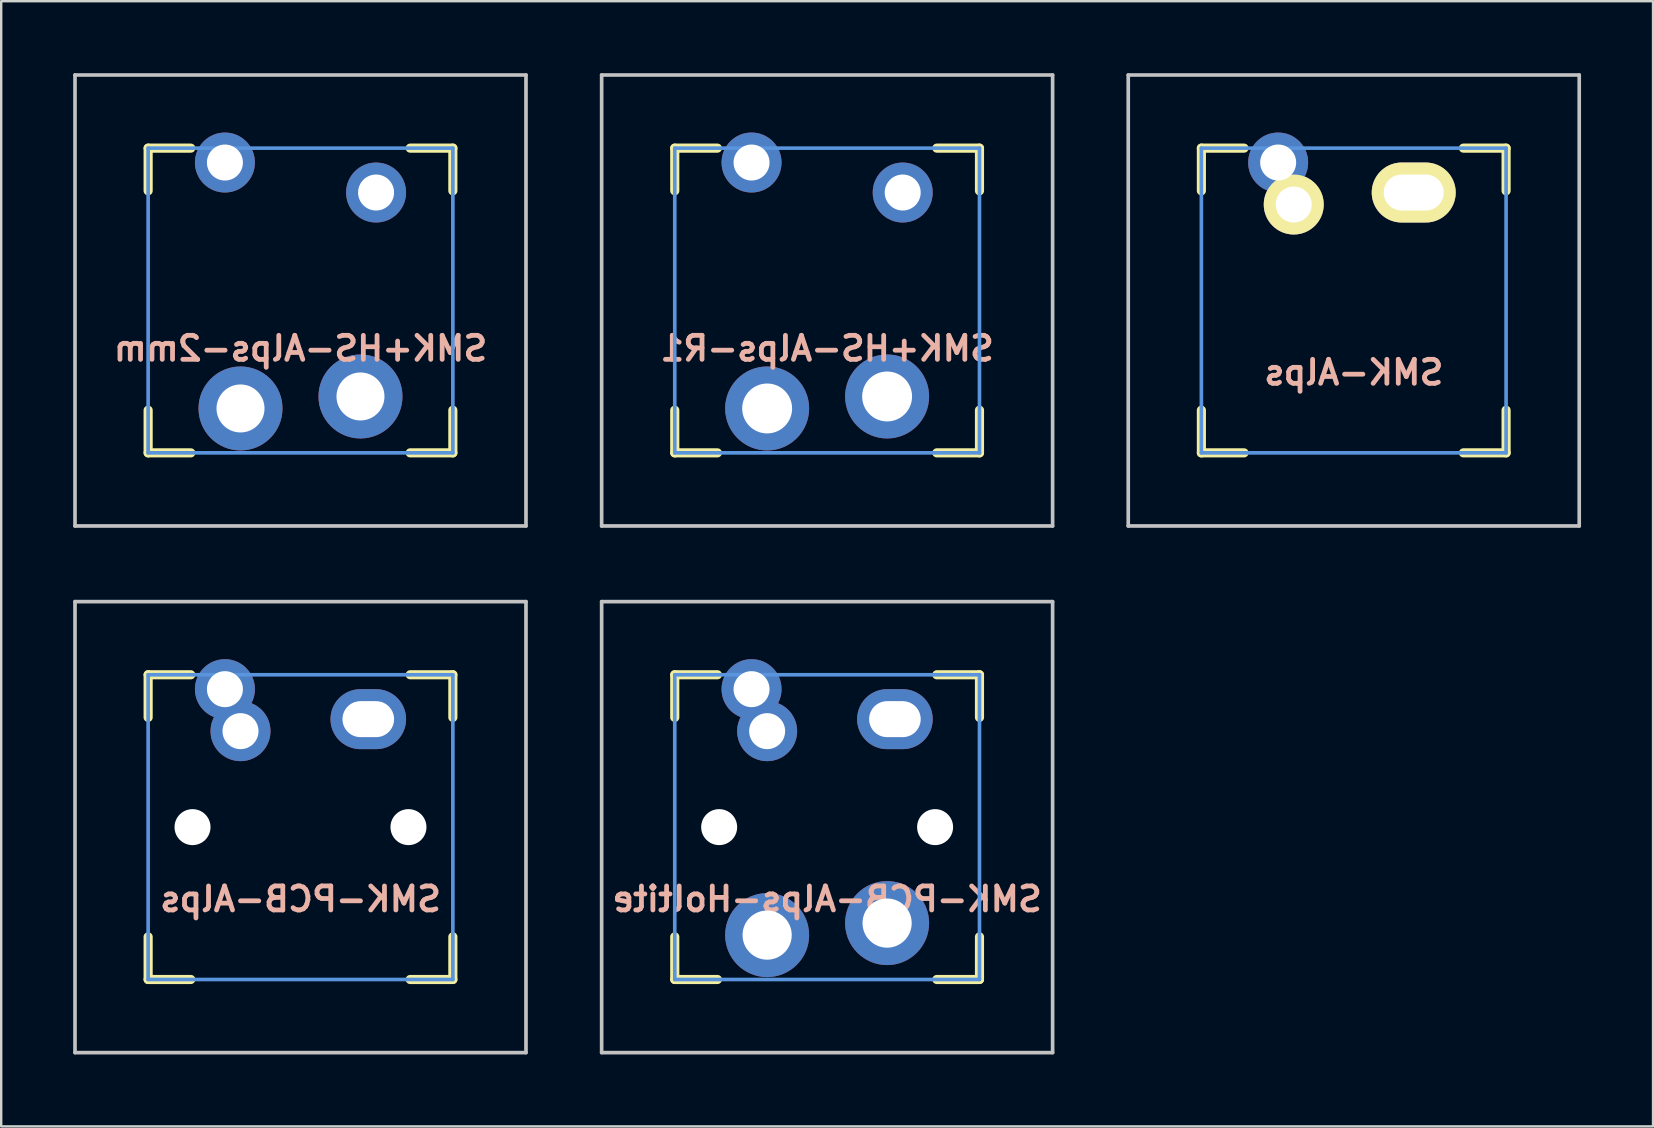
<source format=kicad_pcb>
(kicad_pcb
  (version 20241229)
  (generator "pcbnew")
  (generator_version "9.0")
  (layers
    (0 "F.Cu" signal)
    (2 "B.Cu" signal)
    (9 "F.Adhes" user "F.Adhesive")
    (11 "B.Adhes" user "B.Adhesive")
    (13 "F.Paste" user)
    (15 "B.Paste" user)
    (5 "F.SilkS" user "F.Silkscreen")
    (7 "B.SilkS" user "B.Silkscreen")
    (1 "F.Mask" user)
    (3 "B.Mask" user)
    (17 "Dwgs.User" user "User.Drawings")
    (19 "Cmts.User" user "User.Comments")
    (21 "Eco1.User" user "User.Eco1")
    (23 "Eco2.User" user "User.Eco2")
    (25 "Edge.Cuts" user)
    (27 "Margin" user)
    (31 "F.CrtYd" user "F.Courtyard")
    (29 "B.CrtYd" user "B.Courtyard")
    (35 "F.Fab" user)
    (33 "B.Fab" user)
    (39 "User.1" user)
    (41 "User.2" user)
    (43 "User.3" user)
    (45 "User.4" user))
  (footprint "SMK-PCB-Alps"
    (layer "F.Cu")
    (at 9.474 31.423)
    (property "Reference" "SMK-PCB-Alps" (at 0 3 0) (layer "B.SilkS") (effects (font (size 1 1) (thickness 0.2)) (justify mirror)))
    (attr through_hole)
    (fp_line (start -6.35 -6.35) (end -4.572 -6.35) (stroke (width 0.381) (type solid)) (layer "F.SilkS"))
    (fp_line (start -6.35 -4.572) (end -6.35 -6.35) (stroke (width 0.381) (type solid)) (layer "F.SilkS"))
    (fp_line (start -6.35 6.35) (end -6.35 4.572) (stroke (width 0.381) (type solid)) (layer "F.SilkS"))
    (fp_line (start -4.572 6.35) (end -6.35 6.35) (stroke (width 0.381) (type solid)) (layer "F.SilkS"))
    (fp_line (start 4.572 -6.35) (end 6.35 -6.35) (stroke (width 0.381) (type solid)) (layer "F.SilkS"))
    (fp_line (start 6.35 -6.35) (end 6.35 -4.572) (stroke (width 0.381) (type solid)) (layer "F.SilkS"))
    (fp_line (start 6.35 4.572) (end 6.35 6.35) (stroke (width 0.381) (type solid)) (layer "F.SilkS"))
    (fp_line (start 6.35 6.35) (end 4.572 6.35) (stroke (width 0.381) (type solid)) (layer "F.SilkS"))
    (fp_line (start -9.398 -9.398) (end 9.398 -9.398) (stroke (width 0.152) (type solid)) (layer "Dwgs.User"))
    (fp_line (start -9.398 9.398) (end -9.398 -9.398) (stroke (width 0.152) (type solid)) (layer "Dwgs.User"))
    (fp_line (start 9.398 -9.398) (end 9.398 9.398) (stroke (width 0.152) (type solid)) (layer "Dwgs.User"))
    (fp_line (start 9.398 9.398) (end -9.398 9.398) (stroke (width 0.152) (type solid)) (layer "Dwgs.User"))
    (fp_line (start -6.35 -6.35) (end 6.35 -6.35) (stroke (width 0.152) (type solid)) (layer "Cmts.User"))
    (fp_line (start -6.35 6.35) (end -6.35 -6.35) (stroke (width 0.152) (type solid)) (layer "Cmts.User"))
    (fp_line (start 6.35 -6.35) (end 6.35 6.35) (stroke (width 0.152) (type solid)) (layer "Cmts.User"))
    (fp_line (start 6.35 6.35) (end -6.35 6.35) (stroke (width 0.152) (type solid)) (layer "Cmts.User"))
    (fp_line (start -7.75 -6.4) (end -6.985 -6.4) (stroke (width 0.152) (type solid)) (layer "Eco2.User"))
    (fp_line (start -7.75 6.4) (end -7.75 -6.4) (stroke (width 0.152) (type solid)) (layer "Eco2.User"))
    (fp_line (start -7.75 6.4) (end -6.985 6.4) (stroke (width 0.152) (type solid)) (layer "Eco2.User"))
    (fp_line (start -6.985 -6.985) (end 6.985 -6.985) (stroke (width 0.152) (type solid)) (layer "Eco2.User"))
    (fp_line (start -6.985 -6.4) (end -6.985 -6.985) (stroke (width 0.152) (type solid)) (layer "Eco2.User"))
    (fp_line (start -6.985 6.4) (end -6.985 6.985) (stroke (width 0.152) (type solid)) (layer "Eco2.User"))
    (fp_line (start 6.985 -6.4) (end 6.985 -6.985) (stroke (width 0.152) (type solid)) (layer "Eco2.User"))
    (fp_line (start 6.985 6.4) (end 7.75 6.4) (stroke (width 0.152) (type solid)) (layer "Eco2.User"))
    (fp_line (start 6.985 6.985) (end -6.985 6.985) (stroke (width 0.152) (type solid)) (layer "Eco2.User"))
    (fp_line (start 6.985 6.985) (end 6.985 6.4) (stroke (width 0.152) (type solid)) (layer "Eco2.User"))
    (fp_line (start 7.75 -6.4) (end 6.985 -6.4) (stroke (width 0.152) (type solid)) (layer "Eco2.User"))
    (fp_line (start 7.75 6.4) (end 7.75 -6.4) (stroke (width 0.152) (type solid)) (layer "Eco2.User"))
    (pad "" np_thru_hole circle (at -4.5 0 330.95) (size 1.5 1.5) (drill 1.5) (layers "*.Cu" "*.Mask"))
    (pad "" np_thru_hole circle (at 4.5 0 330.95) (size 1.5 1.5) (drill 1.5) (layers "*.Cu" "*.Mask"))
    (pad "SW1" thru_hole circle (at -3.15 -5.75) (size 2.5 2.5) (drill 1.5) (layers "*.Cu" "*.Mask"))
    (pad "SW1" thru_hole circle (at -2.5 -4 330.95) (size 2.5 2.5) (drill 1.5) (layers "*.Cu" "*.Mask"))
    (pad "SW2" thru_hole oval (at 2.825 -4.5) (size 3.15 2.5) (drill oval 2.15 1.5) (layers "*.Cu" "*.Mask")))
  (footprint "SMK-Alps"
    (layer "F.Cu")
    (at 53.371 9.474)
    (property "Reference" "SMK-Alps" (at 0 3 0) (layer "B.SilkS") (effects (font (size 1 1) (thickness 0.2)) (justify mirror)))
    (attr through_hole)
    (fp_line (start -6.35 -6.35) (end -4.572 -6.35) (stroke (width 0.381) (type solid)) (layer "F.SilkS"))
    (fp_line (start -6.35 -4.572) (end -6.35 -6.35) (stroke (width 0.381) (type solid)) (layer "F.SilkS"))
    (fp_line (start -6.35 6.35) (end -6.35 4.572) (stroke (width 0.381) (type solid)) (layer "F.SilkS"))
    (fp_line (start -4.572 6.35) (end -6.35 6.35) (stroke (width 0.381) (type solid)) (layer "F.SilkS"))
    (fp_line (start 4.572 -6.35) (end 6.35 -6.35) (stroke (width 0.381) (type solid)) (layer "F.SilkS"))
    (fp_line (start 6.35 -6.35) (end 6.35 -4.572) (stroke (width 0.381) (type solid)) (layer "F.SilkS"))
    (fp_line (start 6.35 4.572) (end 6.35 6.35) (stroke (width 0.381) (type solid)) (layer "F.SilkS"))
    (fp_line (start 6.35 6.35) (end 4.572 6.35) (stroke (width 0.381) (type solid)) (layer "F.SilkS"))
    (fp_line (start -9.398 -9.398) (end 9.398 -9.398) (stroke (width 0.152) (type solid)) (layer "Dwgs.User"))
    (fp_line (start -9.398 9.398) (end -9.398 -9.398) (stroke (width 0.152) (type solid)) (layer "Dwgs.User"))
    (fp_line (start 9.398 -9.398) (end 9.398 9.398) (stroke (width 0.152) (type solid)) (layer "Dwgs.User"))
    (fp_line (start 9.398 9.398) (end -9.398 9.398) (stroke (width 0.152) (type solid)) (layer "Dwgs.User"))
    (fp_line (start -6.35 -6.35) (end 6.35 -6.35) (stroke (width 0.152) (type solid)) (layer "Cmts.User"))
    (fp_line (start -6.35 6.35) (end -6.35 -6.35) (stroke (width 0.152) (type solid)) (layer "Cmts.User"))
    (fp_line (start 6.35 -6.35) (end 6.35 6.35) (stroke (width 0.152) (type solid)) (layer "Cmts.User"))
    (fp_line (start 6.35 6.35) (end -6.35 6.35) (stroke (width 0.152) (type solid)) (layer "Cmts.User"))
    (fp_line (start -7.75 -6.4) (end -6.985 -6.4) (stroke (width 0.152) (type solid)) (layer "Eco2.User"))
    (fp_line (start -7.75 6.4) (end -7.75 -6.4) (stroke (width 0.152) (type solid)) (layer "Eco2.User"))
    (fp_line (start -7.75 6.4) (end -6.985 6.4) (stroke (width 0.152) (type solid)) (layer "Eco2.User"))
    (fp_line (start -6.985 -6.985) (end 6.985 -6.985) (stroke (width 0.152) (type solid)) (layer "Eco2.User"))
    (fp_line (start -6.985 -6.4) (end -6.985 -6.985) (stroke (width 0.152) (type solid)) (layer "Eco2.User"))
    (fp_line (start -6.985 6.4) (end -6.985 6.985) (stroke (width 0.152) (type solid)) (layer "Eco2.User"))
    (fp_line (start 6.985 -6.4) (end 6.985 -6.985) (stroke (width 0.152) (type solid)) (layer "Eco2.User"))
    (fp_line (start 6.985 6.4) (end 7.75 6.4) (stroke (width 0.152) (type solid)) (layer "Eco2.User"))
    (fp_line (start 6.985 6.985) (end -6.985 6.985) (stroke (width 0.152) (type solid)) (layer "Eco2.User"))
    (fp_line (start 6.985 6.985) (end 6.985 6.4) (stroke (width 0.152) (type solid)) (layer "Eco2.User"))
    (fp_line (start 7.75 -6.4) (end 6.985 -6.4) (stroke (width 0.152) (type solid)) (layer "Eco2.User"))
    (fp_line (start 7.75 6.4) (end 7.75 -6.4) (stroke (width 0.152) (type solid)) (layer "Eco2.User"))
    (pad "SW1" thru_hole circle (at -3.15 -5.75) (size 2.5 2.5) (drill 1.5) (layers "*.Cu" "*.Mask"))
    (pad "SW1" thru_hole circle (at -2.5 -4 330.95) (size 2.5 2.5) (drill 1.5) (layers "*.Cu" "*.Mask" "F.SilkS"))
    (pad "SW2" thru_hole oval (at 2.5 -4.5) (size 3.5 2.5) (drill oval 2.5 1.5) (layers "*.Cu" "*.Mask" "F.SilkS")))
  (footprint "SMK+HS-Alps-2mm"
    (layer "F.Cu")
    (at 9.474 9.474)
    (property "Reference" "SMK+HS-Alps-2mm" (at 0 2 0) (layer "B.SilkS") (effects (font (size 1 1) (thickness 0.2)) (justify mirror)))
    (attr through_hole)
    (fp_line (start -6.35 -6.35) (end -4.572 -6.35) (stroke (width 0.381) (type solid)) (layer "F.SilkS"))
    (fp_line (start -6.35 -4.572) (end -6.35 -6.35) (stroke (width 0.381) (type solid)) (layer "F.SilkS"))
    (fp_line (start -6.35 6.35) (end -6.35 4.572) (stroke (width 0.381) (type solid)) (layer "F.SilkS"))
    (fp_line (start -4.572 6.35) (end -6.35 6.35) (stroke (width 0.381) (type solid)) (layer "F.SilkS"))
    (fp_line (start 4.572 -6.35) (end 6.35 -6.35) (stroke (width 0.381) (type solid)) (layer "F.SilkS"))
    (fp_line (start 6.35 -6.35) (end 6.35 -4.572) (stroke (width 0.381) (type solid)) (layer "F.SilkS"))
    (fp_line (start 6.35 4.572) (end 6.35 6.35) (stroke (width 0.381) (type solid)) (layer "F.SilkS"))
    (fp_line (start 6.35 6.35) (end 4.572 6.35) (stroke (width 0.381) (type solid)) (layer "F.SilkS"))
    (fp_line (start -9.398 -9.398) (end 9.398 -9.398) (stroke (width 0.152) (type solid)) (layer "Dwgs.User"))
    (fp_line (start -9.398 9.398) (end -9.398 -9.398) (stroke (width 0.152) (type solid)) (layer "Dwgs.User"))
    (fp_line (start 9.398 -9.398) (end 9.398 9.398) (stroke (width 0.152) (type solid)) (layer "Dwgs.User"))
    (fp_line (start 9.398 9.398) (end -9.398 9.398) (stroke (width 0.152) (type solid)) (layer "Dwgs.User"))
    (fp_line (start -6.35 -6.35) (end 6.35 -6.35) (stroke (width 0.152) (type solid)) (layer "Cmts.User"))
    (fp_line (start -6.35 6.35) (end -6.35 -6.35) (stroke (width 0.152) (type solid)) (layer "Cmts.User"))
    (fp_line (start 6.35 -6.35) (end 6.35 6.35) (stroke (width 0.152) (type solid)) (layer "Cmts.User"))
    (fp_line (start 6.35 6.35) (end -6.35 6.35) (stroke (width 0.152) (type solid)) (layer "Cmts.User"))
    (fp_line (start -7.75 -6.4) (end -6.985 -6.4) (stroke (width 0.152) (type solid)) (layer "Eco2.User"))
    (fp_line (start -7.75 6.4) (end -7.75 -6.4) (stroke (width 0.152) (type solid)) (layer "Eco2.User"))
    (fp_line (start -7.75 6.4) (end -6.985 6.4) (stroke (width 0.152) (type solid)) (layer "Eco2.User"))
    (fp_line (start -6.985 -6.985) (end 6.985 -6.985) (stroke (width 0.152) (type solid)) (layer "Eco2.User"))
    (fp_line (start -6.985 -6.4) (end -6.985 -6.985) (stroke (width 0.152) (type solid)) (layer "Eco2.User"))
    (fp_line (start -6.985 6.4) (end -6.985 6.985) (stroke (width 0.152) (type solid)) (layer "Eco2.User"))
    (fp_line (start 6.985 -6.4) (end 6.985 -6.985) (stroke (width 0.152) (type solid)) (layer "Eco2.User"))
    (fp_line (start 6.985 6.4) (end 7.75 6.4) (stroke (width 0.152) (type solid)) (layer "Eco2.User"))
    (fp_line (start 6.985 6.985) (end -6.985 6.985) (stroke (width 0.152) (type solid)) (layer "Eco2.User"))
    (fp_line (start 6.985 6.985) (end 6.985 6.4) (stroke (width 0.152) (type solid)) (layer "Eco2.User"))
    (fp_line (start 7.75 -6.4) (end 6.985 -6.4) (stroke (width 0.152) (type solid)) (layer "Eco2.User"))
    (fp_line (start 7.75 6.4) (end 7.75 -6.4) (stroke (width 0.152) (type solid)) (layer "Eco2.User"))
    (pad "SW1" thru_hole circle (at -3.15 -5.75) (size 2.5 2.5) (drill 1.5) (layers "*.Cu" "*.Mask"))
    (pad "SW1" thru_hole circle (at -2.5 4.5) (size 3.5 3.5) (drill 2) (layers "*.Cu" "*.Mask"))
    (pad "SW2" thru_hole circle (at 2.5 4) (size 3.5 3.5) (drill 2) (layers "*.Cu" "*.Mask"))
    (pad "SW2" thru_hole circle (at 3.15 -4.5) (size 2.5 2.5) (drill 1.5) (layers "*.Cu" "*.Mask")))
  (footprint "SMK+HS-Alps-R1"
    (layer "F.Cu")
    (at 31.423 9.474)
    (property "Reference" "SMK+HS-Alps-R1" (at 0 2 0) (layer "B.SilkS") (effects (font (size 1 1) (thickness 0.2)) (justify mirror)))
    (attr through_hole)
    (fp_line (start -6.35 -6.35) (end -4.572 -6.35) (stroke (width 0.381) (type solid)) (layer "F.SilkS"))
    (fp_line (start -6.35 -4.572) (end -6.35 -6.35) (stroke (width 0.381) (type solid)) (layer "F.SilkS"))
    (fp_line (start -6.35 6.35) (end -6.35 4.572) (stroke (width 0.381) (type solid)) (layer "F.SilkS"))
    (fp_line (start -4.572 6.35) (end -6.35 6.35) (stroke (width 0.381) (type solid)) (layer "F.SilkS"))
    (fp_line (start 4.572 -6.35) (end 6.35 -6.35) (stroke (width 0.381) (type solid)) (layer "F.SilkS"))
    (fp_line (start 6.35 -6.35) (end 6.35 -4.572) (stroke (width 0.381) (type solid)) (layer "F.SilkS"))
    (fp_line (start 6.35 4.572) (end 6.35 6.35) (stroke (width 0.381) (type solid)) (layer "F.SilkS"))
    (fp_line (start 6.35 6.35) (end 4.572 6.35) (stroke (width 0.381) (type solid)) (layer "F.SilkS"))
    (fp_line (start -9.398 -9.398) (end 9.398 -9.398) (stroke (width 0.152) (type solid)) (layer "Dwgs.User"))
    (fp_line (start -9.398 9.398) (end -9.398 -9.398) (stroke (width 0.152) (type solid)) (layer "Dwgs.User"))
    (fp_line (start 9.398 -9.398) (end 9.398 9.398) (stroke (width 0.152) (type solid)) (layer "Dwgs.User"))
    (fp_line (start 9.398 9.398) (end -9.398 9.398) (stroke (width 0.152) (type solid)) (layer "Dwgs.User"))
    (fp_line (start -6.35 -6.35) (end 6.35 -6.35) (stroke (width 0.152) (type solid)) (layer "Cmts.User"))
    (fp_line (start -6.35 6.35) (end -6.35 -6.35) (stroke (width 0.152) (type solid)) (layer "Cmts.User"))
    (fp_line (start 6.35 -6.35) (end 6.35 6.35) (stroke (width 0.152) (type solid)) (layer "Cmts.User"))
    (fp_line (start 6.35 6.35) (end -6.35 6.35) (stroke (width 0.152) (type solid)) (layer "Cmts.User"))
    (fp_line (start -7.75 -6.4) (end -6.985 -6.4) (stroke (width 0.152) (type solid)) (layer "Eco2.User"))
    (fp_line (start -7.75 6.4) (end -7.75 -6.4) (stroke (width 0.152) (type solid)) (layer "Eco2.User"))
    (fp_line (start -7.75 6.4) (end -6.985 6.4) (stroke (width 0.152) (type solid)) (layer "Eco2.User"))
    (fp_line (start -6.985 -6.985) (end 6.985 -6.985) (stroke (width 0.152) (type solid)) (layer "Eco2.User"))
    (fp_line (start -6.985 -6.4) (end -6.985 -6.985) (stroke (width 0.152) (type solid)) (layer "Eco2.User"))
    (fp_line (start -6.985 6.4) (end -6.985 6.985) (stroke (width 0.152) (type solid)) (layer "Eco2.User"))
    (fp_line (start 6.985 -6.4) (end 6.985 -6.985) (stroke (width 0.152) (type solid)) (layer "Eco2.User"))
    (fp_line (start 6.985 6.4) (end 7.75 6.4) (stroke (width 0.152) (type solid)) (layer "Eco2.User"))
    (fp_line (start 6.985 6.985) (end -6.985 6.985) (stroke (width 0.152) (type solid)) (layer "Eco2.User"))
    (fp_line (start 6.985 6.985) (end 6.985 6.4) (stroke (width 0.152) (type solid)) (layer "Eco2.User"))
    (fp_line (start 7.75 -6.4) (end 6.985 -6.4) (stroke (width 0.152) (type solid)) (layer "Eco2.User"))
    (fp_line (start 7.75 6.4) (end 7.75 -6.4) (stroke (width 0.152) (type solid)) (layer "Eco2.User"))
    (pad "SW1" thru_hole circle (at -2.5 4.5) (size 3.5 3.5) (drill 2.08) (layers "*.Cu" "*.Mask"))
    (pad "SW1" thru_hole circle (at 3.15 -4.5) (size 2.5 2.5) (drill 1.5) (layers "*.Cu" "*.Mask"))
    (pad "SW2" thru_hole circle (at -3.15 -5.75) (size 2.5 2.5) (drill 1.5) (layers "*.Cu" "*.Mask"))
    (pad "SW2" thru_hole circle (at 2.5 4) (size 3.5 3.5) (drill 2.08) (layers "*.Cu" "*.Mask")))
  (footprint "SMK-PCB-Alps-Holtite"
    (layer "F.Cu")
    (at 31.423 31.423)
    (property "Reference" "SMK-PCB-Alps-Holtite" (at 0 3 0) (layer "B.SilkS") (effects (font (size 1 1) (thickness 0.2)) (justify mirror)))
    (attr through_hole)
    (fp_line (start -6.35 -6.35) (end -4.572 -6.35) (stroke (width 0.381) (type solid)) (layer "F.SilkS"))
    (fp_line (start -6.35 -4.572) (end -6.35 -6.35) (stroke (width 0.381) (type solid)) (layer "F.SilkS"))
    (fp_line (start -6.35 6.35) (end -6.35 4.572) (stroke (width 0.381) (type solid)) (layer "F.SilkS"))
    (fp_line (start -4.572 6.35) (end -6.35 6.35) (stroke (width 0.381) (type solid)) (layer "F.SilkS"))
    (fp_line (start 4.572 -6.35) (end 6.35 -6.35) (stroke (width 0.381) (type solid)) (layer "F.SilkS"))
    (fp_line (start 6.35 -6.35) (end 6.35 -4.572) (stroke (width 0.381) (type solid)) (layer "F.SilkS"))
    (fp_line (start 6.35 4.572) (end 6.35 6.35) (stroke (width 0.381) (type solid)) (layer "F.SilkS"))
    (fp_line (start 6.35 6.35) (end 4.572 6.35) (stroke (width 0.381) (type solid)) (layer "F.SilkS"))
    (fp_line (start -9.398 -9.398) (end 9.398 -9.398) (stroke (width 0.152) (type solid)) (layer "Dwgs.User"))
    (fp_line (start -9.398 9.398) (end -9.398 -9.398) (stroke (width 0.152) (type solid)) (layer "Dwgs.User"))
    (fp_line (start 9.398 -9.398) (end 9.398 9.398) (stroke (width 0.152) (type solid)) (layer "Dwgs.User"))
    (fp_line (start 9.398 9.398) (end -9.398 9.398) (stroke (width 0.152) (type solid)) (layer "Dwgs.User"))
    (fp_line (start -6.35 -6.35) (end 6.35 -6.35) (stroke (width 0.152) (type solid)) (layer "Cmts.User"))
    (fp_line (start -6.35 6.35) (end -6.35 -6.35) (stroke (width 0.152) (type solid)) (layer "Cmts.User"))
    (fp_line (start 6.35 -6.35) (end 6.35 6.35) (stroke (width 0.152) (type solid)) (layer "Cmts.User"))
    (fp_line (start 6.35 6.35) (end -6.35 6.35) (stroke (width 0.152) (type solid)) (layer "Cmts.User"))
    (fp_line (start -7.75 -6.4) (end -6.985 -6.4) (stroke (width 0.152) (type solid)) (layer "Eco2.User"))
    (fp_line (start -7.75 6.4) (end -7.75 -6.4) (stroke (width 0.152) (type solid)) (layer "Eco2.User"))
    (fp_line (start -7.75 6.4) (end -6.985 6.4) (stroke (width 0.152) (type solid)) (layer "Eco2.User"))
    (fp_line (start -6.985 -6.985) (end 6.985 -6.985) (stroke (width 0.152) (type solid)) (layer "Eco2.User"))
    (fp_line (start -6.985 -6.4) (end -6.985 -6.985) (stroke (width 0.152) (type solid)) (layer "Eco2.User"))
    (fp_line (start -6.985 6.4) (end -6.985 6.985) (stroke (width 0.152) (type solid)) (layer "Eco2.User"))
    (fp_line (start 6.985 -6.4) (end 6.985 -6.985) (stroke (width 0.152) (type solid)) (layer "Eco2.User"))
    (fp_line (start 6.985 6.4) (end 7.75 6.4) (stroke (width 0.152) (type solid)) (layer "Eco2.User"))
    (fp_line (start 6.985 6.985) (end -6.985 6.985) (stroke (width 0.152) (type solid)) (layer "Eco2.User"))
    (fp_line (start 6.985 6.985) (end 6.985 6.4) (stroke (width 0.152) (type solid)) (layer "Eco2.User"))
    (fp_line (start 7.75 -6.4) (end 6.985 -6.4) (stroke (width 0.152) (type solid)) (layer "Eco2.User"))
    (fp_line (start 7.75 6.4) (end 7.75 -6.4) (stroke (width 0.152) (type solid)) (layer "Eco2.User"))
    (pad "" np_thru_hole circle (at -4.5 0 330.95) (size 1.5 1.5) (drill 1.5) (layers "*.Cu" "*.Mask"))
    (pad "" np_thru_hole circle (at 4.5 0 330.95) (size 1.5 1.5) (drill 1.5) (layers "*.Cu" "*.Mask"))
    (pad "SW1" thru_hole circle (at -3.15 -5.75) (size 2.5 2.5) (drill 1.5) (layers "*.Cu" "*.Mask"))
    (pad "SW1" thru_hole circle (at -2.5 -4 330.95) (size 2.5 2.5) (drill 1.5) (layers "*.Cu" "*.Mask"))
    (pad "SW1" thru_hole circle (at -2.5 4.5 330.95) (size 3.5 3.5) (drill 2.05) (layers "*.Cu" "*.Mask"))
    (pad "SW2" thru_hole circle (at 2.5 4 330.95) (size 3.5 3.5) (drill 2.05) (layers "*.Cu" "*.Mask"))
    (pad "SW2" thru_hole oval (at 2.825 -4.5) (size 3.15 2.5) (drill oval 2.15 1.5) (layers "*.Cu" "*.Mask")))
  (gr_rect
    (start -3 -3)
    (end 65.845 43.897)
    (stroke (width 0.1) (type default))
    (fill no)
    (layer "Edge.Cuts")))
</source>
